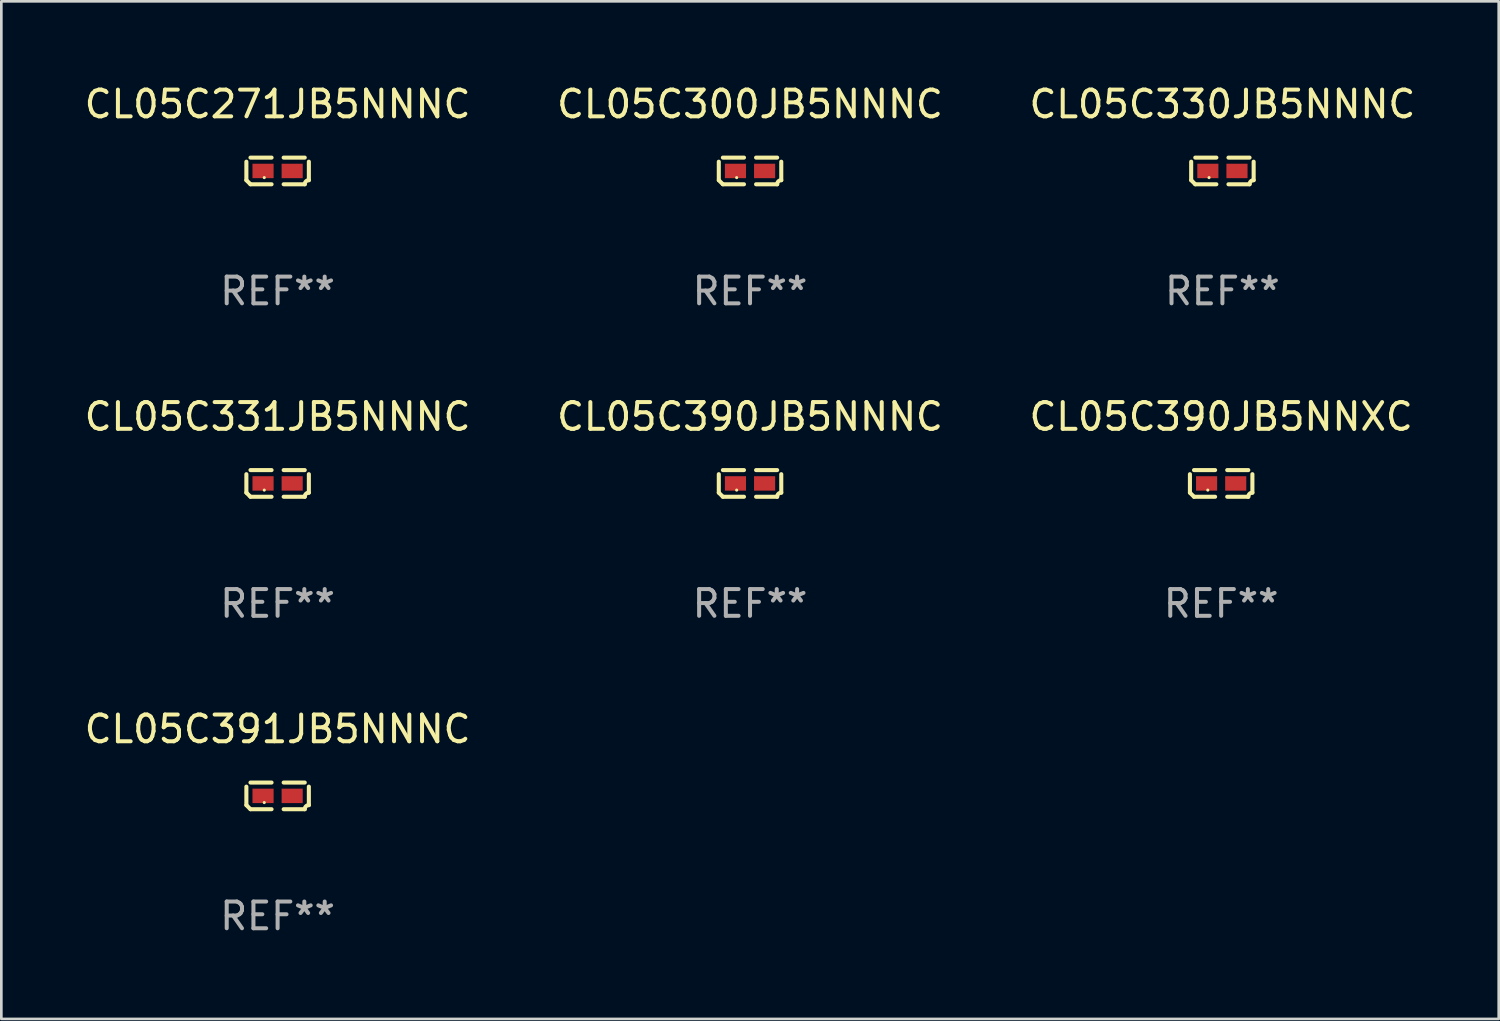
<source format=kicad_pcb>
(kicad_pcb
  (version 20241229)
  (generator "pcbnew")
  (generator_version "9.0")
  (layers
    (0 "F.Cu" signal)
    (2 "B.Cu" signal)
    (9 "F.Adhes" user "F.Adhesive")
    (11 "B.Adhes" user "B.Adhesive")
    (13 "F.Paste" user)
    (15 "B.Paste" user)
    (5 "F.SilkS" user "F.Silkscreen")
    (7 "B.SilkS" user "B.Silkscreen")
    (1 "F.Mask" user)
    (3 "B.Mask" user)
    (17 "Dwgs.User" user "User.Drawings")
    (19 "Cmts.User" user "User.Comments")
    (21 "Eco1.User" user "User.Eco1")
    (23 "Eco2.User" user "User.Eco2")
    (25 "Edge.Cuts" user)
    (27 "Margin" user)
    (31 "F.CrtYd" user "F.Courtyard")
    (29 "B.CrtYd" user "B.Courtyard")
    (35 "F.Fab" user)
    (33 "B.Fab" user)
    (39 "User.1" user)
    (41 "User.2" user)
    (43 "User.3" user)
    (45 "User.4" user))
  (footprint "CL05C300JB5NNNC"
    (layer "F.Cu")
    (at 25.018 3.347)
    (property "Reference" "CL05C300JB5NNNC" (at 0 -2.499 0) (layer "F.SilkS") (effects (font (size 1 1) (thickness 0.15))))
    (attr through_hole)
    (fp_line (start -1.169 0.346) (end -1.169 -0.346) (stroke (width 0.152) (type solid)) (layer "F.SilkS"))
    (fp_line (start -1.016 -0.499) (end -0.226 -0.499) (stroke (width 0.152) (type solid)) (layer "F.SilkS"))
    (fp_line (start -0.226 0.499) (end -1.016 0.499) (stroke (width 0.152) (type solid)) (layer "F.SilkS"))
    (fp_line (start 0.226 0.499) (end 1.016 0.499) (stroke (width 0.152) (type solid)) (layer "F.SilkS"))
    (fp_line (start 1.016 -0.499) (end 0.226 -0.499) (stroke (width 0.152) (type solid)) (layer "F.SilkS"))
    (fp_line (start 1.169 0.346) (end 1.169 -0.346) (stroke (width 0.152) (type solid)) (layer "F.SilkS"))
    (fp_arc (start -1.016307 0.498603) (mid -1.092512 0.422405) (end -1.16871 0.3462) (stroke (width 0.1524) (type solid)) (layer "F.SilkS"))
    (fp_arc (start 1.016307 0.498603) (mid 1.060899 0.390758) (end 1.168707 0.346076) (stroke (width 0.1524) (type solid)) (layer "F.SilkS"))
    (fp_circle (center -0.5 0.25) (end -0.47 0.25) (stroke (width 0.06) (type solid)) (fill no) (layer "F.SilkS"))
    (fp_text user "REF**" (at 0 4.499 0) (layer "F.Fab") (effects (font (size 1 1) (thickness 0.15))))
    (pad "1" smd rect (at -0.545 0) (size 0.79 0.54) (layers "F.Cu" "F.Mask" "F.Paste"))
    (pad "2" smd rect (at 0.545 0) (size 0.79 0.54) (layers "F.Cu" "F.Mask" "F.Paste")))
  (footprint "CL05C391JB5NNNC"
    (layer "F.Cu")
    (at 7.339 26.734)
    (property "Reference" "CL05C391JB5NNNC" (at 0 -2.499 0) (layer "F.SilkS") (effects (font (size 1 1) (thickness 0.15))))
    (attr through_hole)
    (fp_line (start -1.169 0.346) (end -1.169 -0.346) (stroke (width 0.152) (type solid)) (layer "F.SilkS"))
    (fp_line (start -1.016 -0.499) (end -0.226 -0.499) (stroke (width 0.152) (type solid)) (layer "F.SilkS"))
    (fp_line (start -0.226 0.499) (end -1.016 0.499) (stroke (width 0.152) (type solid)) (layer "F.SilkS"))
    (fp_line (start 0.226 0.499) (end 1.016 0.499) (stroke (width 0.152) (type solid)) (layer "F.SilkS"))
    (fp_line (start 1.016 -0.499) (end 0.226 -0.499) (stroke (width 0.152) (type solid)) (layer "F.SilkS"))
    (fp_line (start 1.169 0.346) (end 1.169 -0.346) (stroke (width 0.152) (type solid)) (layer "F.SilkS"))
    (fp_arc (start -1.016307 0.498603) (mid -1.092512 0.422405) (end -1.16871 0.3462) (stroke (width 0.1524) (type solid)) (layer "F.SilkS"))
    (fp_arc (start 1.016307 0.498603) (mid 1.060899 0.390758) (end 1.168707 0.346076) (stroke (width 0.1524) (type solid)) (layer "F.SilkS"))
    (fp_circle (center -0.5 0.25) (end -0.47 0.25) (stroke (width 0.06) (type solid)) (fill no) (layer "F.SilkS"))
    (fp_text user "REF**" (at 0 4.499 0) (layer "F.Fab") (effects (font (size 1 1) (thickness 0.15))))
    (pad "1" smd rect (at -0.545 0) (size 0.79 0.54) (layers "F.Cu" "F.Mask" "F.Paste"))
    (pad "2" smd rect (at 0.545 0) (size 0.79 0.54) (layers "F.Cu" "F.Mask" "F.Paste")))
  (footprint "CL05C331JB5NNNC"
    (layer "F.Cu")
    (at 7.339 15.041)
    (property "Reference" "CL05C331JB5NNNC" (at 0 -2.499 0) (layer "F.SilkS") (effects (font (size 1 1) (thickness 0.15))))
    (attr through_hole)
    (fp_line (start -1.169 0.346) (end -1.169 -0.346) (stroke (width 0.152) (type solid)) (layer "F.SilkS"))
    (fp_line (start -1.016 -0.499) (end -0.226 -0.499) (stroke (width 0.152) (type solid)) (layer "F.SilkS"))
    (fp_line (start -0.226 0.499) (end -1.016 0.499) (stroke (width 0.152) (type solid)) (layer "F.SilkS"))
    (fp_line (start 0.226 0.499) (end 1.016 0.499) (stroke (width 0.152) (type solid)) (layer "F.SilkS"))
    (fp_line (start 1.016 -0.499) (end 0.226 -0.499) (stroke (width 0.152) (type solid)) (layer "F.SilkS"))
    (fp_line (start 1.169 0.346) (end 1.169 -0.346) (stroke (width 0.152) (type solid)) (layer "F.SilkS"))
    (fp_arc (start -1.016307 0.498603) (mid -1.092512 0.422405) (end -1.16871 0.3462) (stroke (width 0.1524) (type solid)) (layer "F.SilkS"))
    (fp_arc (start 1.016307 0.498603) (mid 1.060899 0.390758) (end 1.168707 0.346076) (stroke (width 0.1524) (type solid)) (layer "F.SilkS"))
    (fp_circle (center -0.5 0.25) (end -0.47 0.25) (stroke (width 0.06) (type solid)) (fill no) (layer "F.SilkS"))
    (fp_text user "REF**" (at 0 4.499 0) (layer "F.Fab") (effects (font (size 1 1) (thickness 0.15))))
    (pad "1" smd rect (at -0.545 0) (size 0.79 0.54) (layers "F.Cu" "F.Mask" "F.Paste"))
    (pad "2" smd rect (at 0.545 0) (size 0.79 0.54) (layers "F.Cu" "F.Mask" "F.Paste")))
  (footprint "CL05C330JB5NNNC"
    (layer "F.Cu")
    (at 42.696 3.347)
    (property "Reference" "CL05C330JB5NNNC" (at 0 -2.499 0) (layer "F.SilkS") (effects (font (size 1 1) (thickness 0.15))))
    (attr through_hole)
    (fp_line (start -1.169 0.346) (end -1.169 -0.346) (stroke (width 0.152) (type solid)) (layer "F.SilkS"))
    (fp_line (start -1.016 -0.499) (end -0.226 -0.499) (stroke (width 0.152) (type solid)) (layer "F.SilkS"))
    (fp_line (start -0.226 0.499) (end -1.016 0.499) (stroke (width 0.152) (type solid)) (layer "F.SilkS"))
    (fp_line (start 0.226 0.499) (end 1.016 0.499) (stroke (width 0.152) (type solid)) (layer "F.SilkS"))
    (fp_line (start 1.016 -0.499) (end 0.226 -0.499) (stroke (width 0.152) (type solid)) (layer "F.SilkS"))
    (fp_line (start 1.169 0.346) (end 1.169 -0.346) (stroke (width 0.152) (type solid)) (layer "F.SilkS"))
    (fp_arc (start -1.016307 0.498603) (mid -1.092512 0.422405) (end -1.16871 0.3462) (stroke (width 0.1524) (type solid)) (layer "F.SilkS"))
    (fp_arc (start 1.016307 0.498603) (mid 1.060899 0.390758) (end 1.168707 0.346076) (stroke (width 0.1524) (type solid)) (layer "F.SilkS"))
    (fp_circle (center -0.5 0.25) (end -0.47 0.25) (stroke (width 0.06) (type solid)) (fill no) (layer "F.SilkS"))
    (fp_text user "REF**" (at 0 4.499 0) (layer "F.Fab") (effects (font (size 1 1) (thickness 0.15))))
    (pad "1" smd rect (at -0.545 0) (size 0.79 0.54) (layers "F.Cu" "F.Mask" "F.Paste"))
    (pad "2" smd rect (at 0.545 0) (size 0.79 0.54) (layers "F.Cu" "F.Mask" "F.Paste")))
  (footprint "CL05C390JB5NNXC"
    (layer "F.Cu")
    (at 42.649 15.041)
    (property "Reference" "CL05C390JB5NNXC" (at 0 -2.499 0) (layer "F.SilkS") (effects (font (size 1 1) (thickness 0.15))))
    (attr through_hole)
    (fp_line (start -1.169 0.346) (end -1.169 -0.346) (stroke (width 0.152) (type solid)) (layer "F.SilkS"))
    (fp_line (start -1.016 -0.499) (end -0.226 -0.499) (stroke (width 0.152) (type solid)) (layer "F.SilkS"))
    (fp_line (start -0.226 0.499) (end -1.016 0.499) (stroke (width 0.152) (type solid)) (layer "F.SilkS"))
    (fp_line (start 0.226 0.499) (end 1.016 0.499) (stroke (width 0.152) (type solid)) (layer "F.SilkS"))
    (fp_line (start 1.016 -0.499) (end 0.226 -0.499) (stroke (width 0.152) (type solid)) (layer "F.SilkS"))
    (fp_line (start 1.169 0.346) (end 1.169 -0.346) (stroke (width 0.152) (type solid)) (layer "F.SilkS"))
    (fp_arc (start -1.016307 0.498603) (mid -1.092512 0.422405) (end -1.16871 0.3462) (stroke (width 0.1524) (type solid)) (layer "F.SilkS"))
    (fp_arc (start 1.016307 0.498603) (mid 1.060899 0.390758) (end 1.168707 0.346076) (stroke (width 0.1524) (type solid)) (layer "F.SilkS"))
    (fp_circle (center -0.5 0.25) (end -0.47 0.25) (stroke (width 0.06) (type solid)) (fill no) (layer "F.SilkS"))
    (fp_text user "REF**" (at 0 4.499 0) (layer "F.Fab") (effects (font (size 1 1) (thickness 0.15))))
    (pad "1" smd rect (at -0.545 0) (size 0.79 0.54) (layers "F.Cu" "F.Mask" "F.Paste"))
    (pad "2" smd rect (at 0.545 0) (size 0.79 0.54) (layers "F.Cu" "F.Mask" "F.Paste")))
  (footprint "CL05C271JB5NNNC"
    (layer "F.Cu")
    (at 7.339 3.347)
    (property "Reference" "CL05C271JB5NNNC" (at 0 -2.499 0) (layer "F.SilkS") (effects (font (size 1 1) (thickness 0.15))))
    (attr through_hole)
    (fp_line (start -1.169 0.346) (end -1.169 -0.346) (stroke (width 0.152) (type solid)) (layer "F.SilkS"))
    (fp_line (start -1.016 -0.499) (end -0.226 -0.499) (stroke (width 0.152) (type solid)) (layer "F.SilkS"))
    (fp_line (start -0.226 0.499) (end -1.016 0.499) (stroke (width 0.152) (type solid)) (layer "F.SilkS"))
    (fp_line (start 0.226 0.499) (end 1.016 0.499) (stroke (width 0.152) (type solid)) (layer "F.SilkS"))
    (fp_line (start 1.016 -0.499) (end 0.226 -0.499) (stroke (width 0.152) (type solid)) (layer "F.SilkS"))
    (fp_line (start 1.169 0.346) (end 1.169 -0.346) (stroke (width 0.152) (type solid)) (layer "F.SilkS"))
    (fp_arc (start -1.016307 0.498603) (mid -1.092512 0.422405) (end -1.16871 0.3462) (stroke (width 0.1524) (type solid)) (layer "F.SilkS"))
    (fp_arc (start 1.016307 0.498603) (mid 1.060899 0.390758) (end 1.168707 0.346076) (stroke (width 0.1524) (type solid)) (layer "F.SilkS"))
    (fp_circle (center -0.5 0.25) (end -0.47 0.25) (stroke (width 0.06) (type solid)) (fill no) (layer "F.SilkS"))
    (fp_text user "REF**" (at 0 4.499 0) (layer "F.Fab") (effects (font (size 1 1) (thickness 0.15))))
    (pad "1" smd rect (at -0.545 0) (size 0.79 0.54) (layers "F.Cu" "F.Mask" "F.Paste"))
    (pad "2" smd rect (at 0.545 0) (size 0.79 0.54) (layers "F.Cu" "F.Mask" "F.Paste")))
  (footprint "CL05C390JB5NNNC"
    (layer "F.Cu")
    (at 25.018 15.041)
    (property "Reference" "CL05C390JB5NNNC" (at 0 -2.499 0) (layer "F.SilkS") (effects (font (size 1 1) (thickness 0.15))))
    (attr through_hole)
    (fp_line (start -1.169 0.346) (end -1.169 -0.346) (stroke (width 0.152) (type solid)) (layer "F.SilkS"))
    (fp_line (start -1.016 -0.499) (end -0.226 -0.499) (stroke (width 0.152) (type solid)) (layer "F.SilkS"))
    (fp_line (start -0.226 0.499) (end -1.016 0.499) (stroke (width 0.152) (type solid)) (layer "F.SilkS"))
    (fp_line (start 0.226 0.499) (end 1.016 0.499) (stroke (width 0.152) (type solid)) (layer "F.SilkS"))
    (fp_line (start 1.016 -0.499) (end 0.226 -0.499) (stroke (width 0.152) (type solid)) (layer "F.SilkS"))
    (fp_line (start 1.169 0.346) (end 1.169 -0.346) (stroke (width 0.152) (type solid)) (layer "F.SilkS"))
    (fp_arc (start -1.016307 0.498603) (mid -1.092512 0.422405) (end -1.16871 0.3462) (stroke (width 0.1524) (type solid)) (layer "F.SilkS"))
    (fp_arc (start 1.016307 0.498603) (mid 1.060899 0.390758) (end 1.168707 0.346076) (stroke (width 0.1524) (type solid)) (layer "F.SilkS"))
    (fp_circle (center -0.5 0.25) (end -0.47 0.25) (stroke (width 0.06) (type solid)) (fill no) (layer "F.SilkS"))
    (fp_text user "REF**" (at 0 4.499 0) (layer "F.Fab") (effects (font (size 1 1) (thickness 0.15))))
    (pad "1" smd rect (at -0.545 0) (size 0.79 0.54) (layers "F.Cu" "F.Mask" "F.Paste"))
    (pad "2" smd rect (at 0.545 0) (size 0.79 0.54) (layers "F.Cu" "F.Mask" "F.Paste")))
  (gr_rect
    (start -3 -3)
    (end 53.036 35.081)
    (stroke (width 0.1) (type default))
    (fill no)
    (layer "Edge.Cuts")))
</source>
